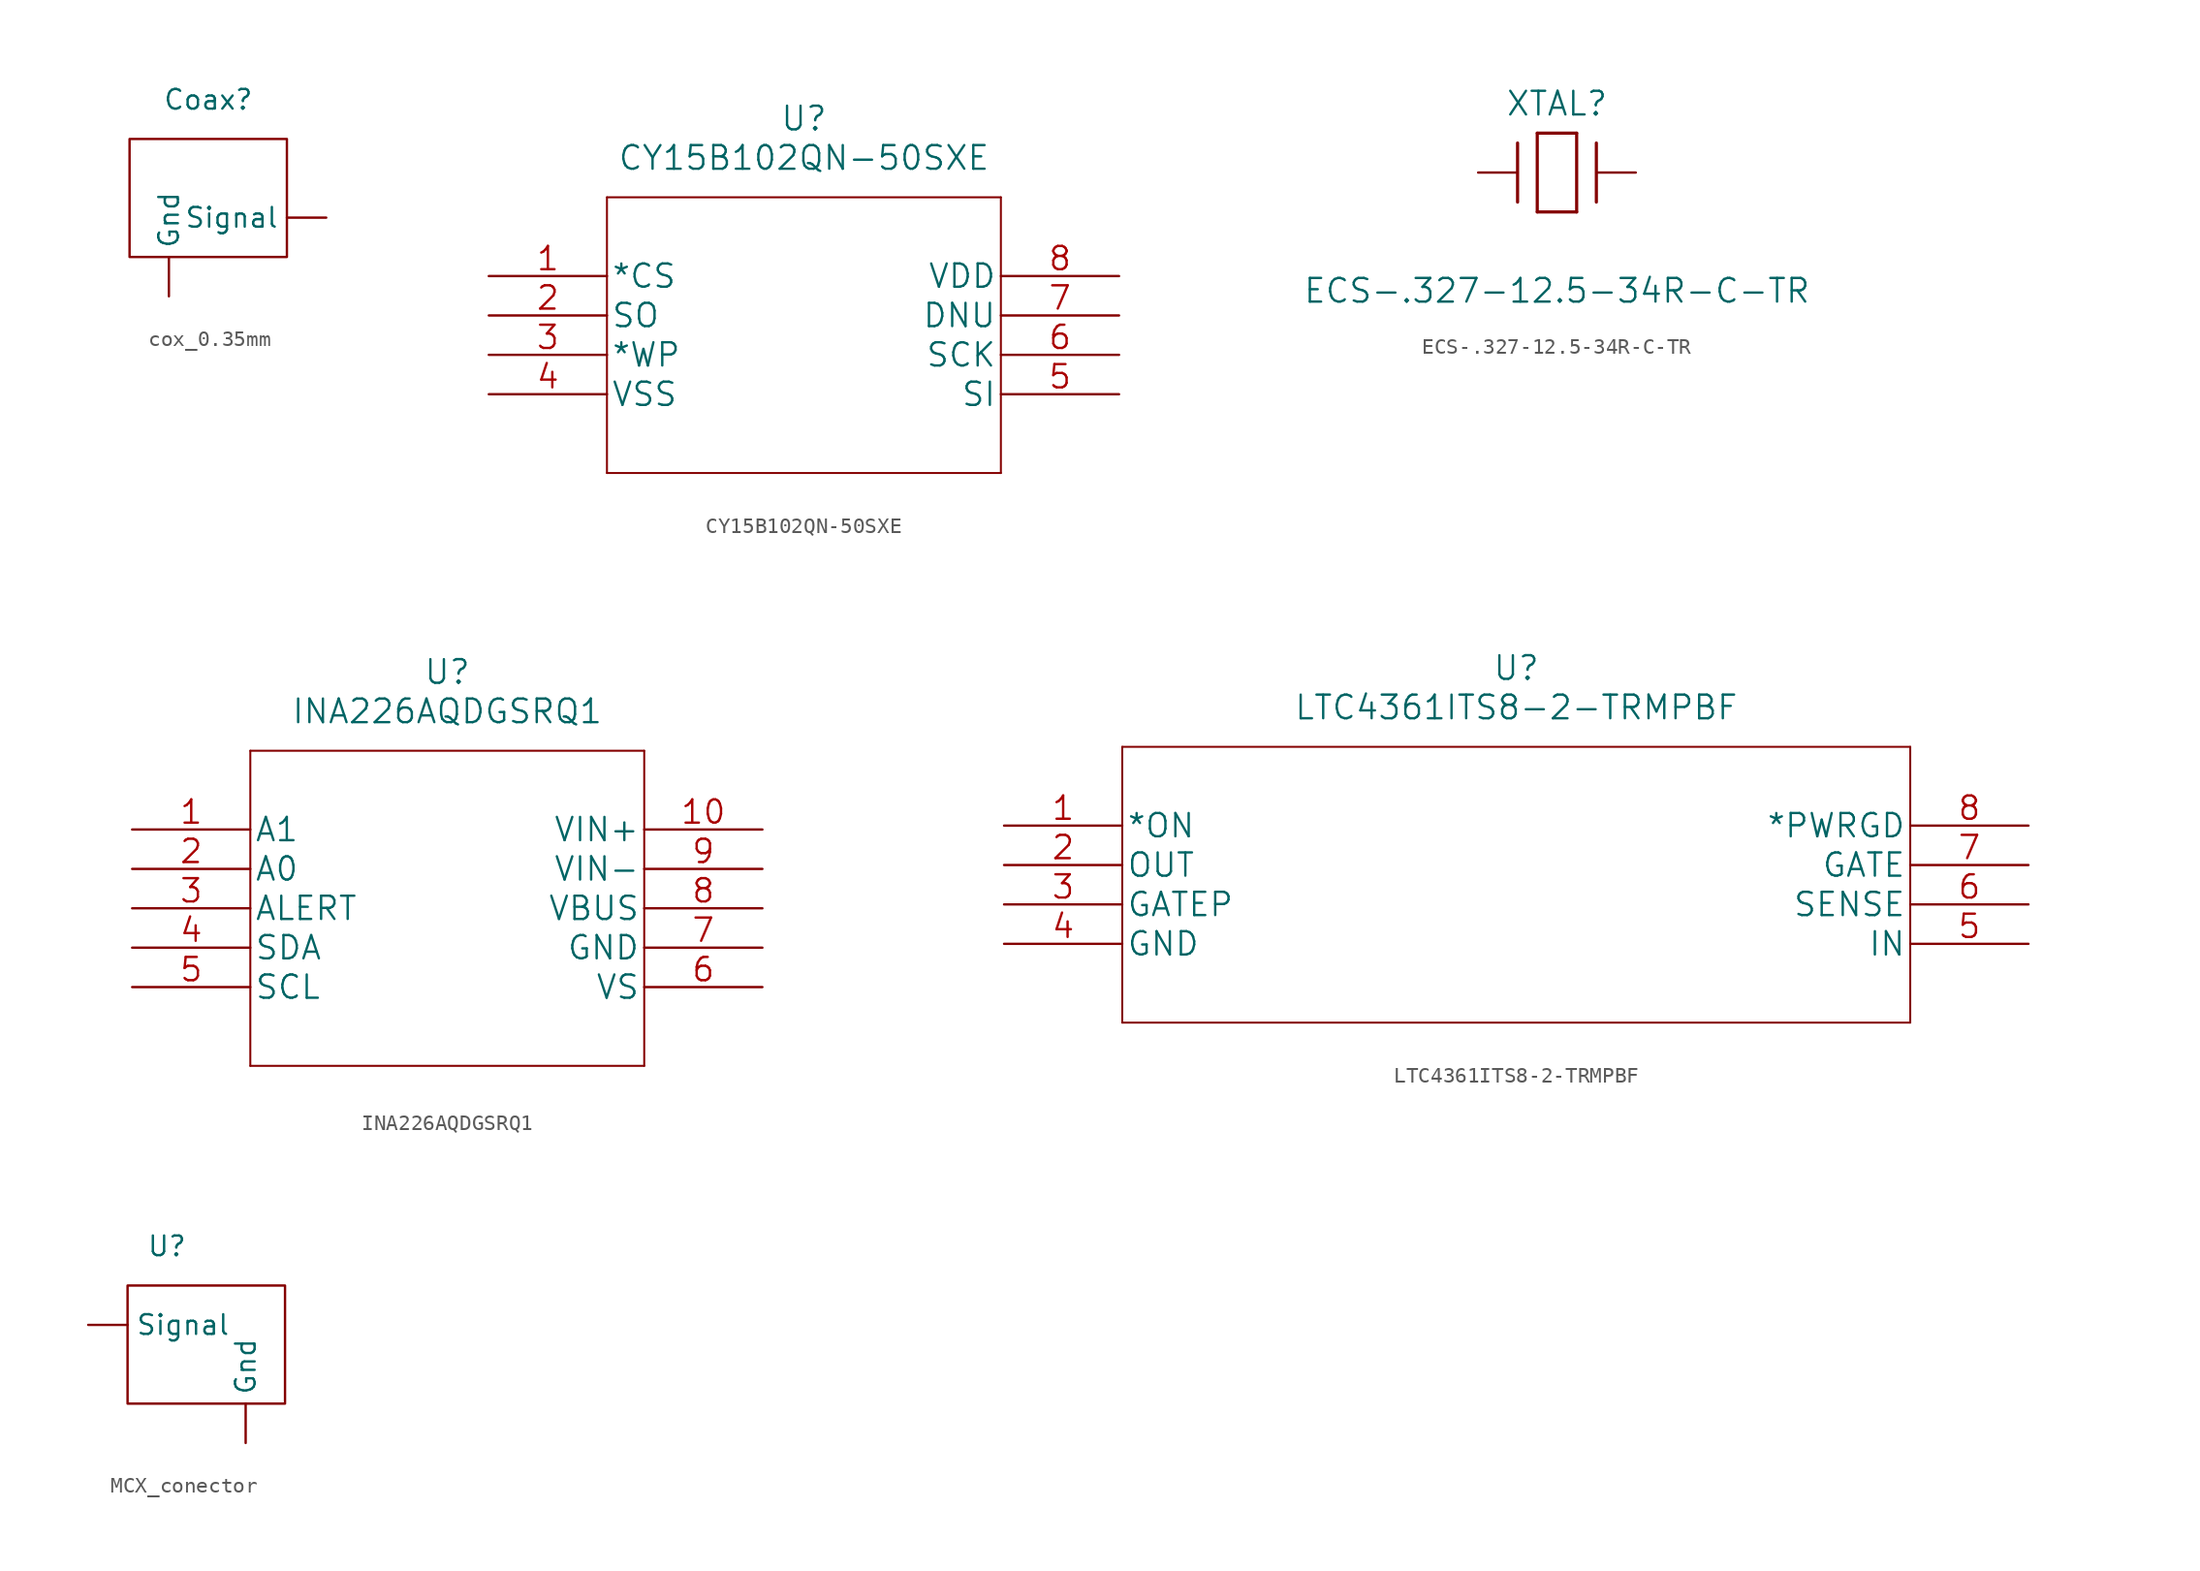
<source format=kicad_sym>
(kicad_symbol_lib
  (version 20220914)
  (generator kicad_symbol_editor)
  (symbol "cox_0.35mm"
    (property "Reference" "Coax"
      (at 7.62 7.62 0)
      (effects (font (size 1.27 1.27))))
    (property "Value" ""
      (at 0 0 0)
      (effects (font (size 1.27 1.27))))
    (symbol "cox_0.35mm_0_1"
      (rectangle (start 2.54 5.08) (end 12.7 -2.54) (stroke (width 0) (type default)) (fill (type none))))
    (symbol "cox_0.35mm_1_1"
      (pin bidirectional line (at 5.08 -5.08 90) (length 2.54) (name "Gnd" (effects (font (size 1.27 1.27)))) (number "" (effects (font (size 1.27 1.27)))))
      (pin bidirectional line (at 15.24 0 180) (length 2.54) (name "Signal" (effects (font (size 1.27 1.27)))) (number "" (effects (font (size 1.27 1.27)))))))
  (symbol "CY15B102QN-50SXE"
    (pin_names
      (offset 0.254))
    (property "Reference" "U"
      (at 20.32 10.16 0)
      (effects (font (size 1.524 1.524))))
    (property "Value" "CY15B102QN-50SXE"
      (at 20.32 7.62 0)
      (effects (font (size 1.524 1.524))))
    (property "Datasheet" ""
      (at 0 0 0)
      (effects (font (size 1.524 1.524))))
    (property "ki_locked" ""
      (at 0 0 0)
      (effects (font (size 1.27 1.27))))
    (symbol "CY15B102QN-50SXE_1_1"
      (polyline (pts (xy 7.62 -12.7) (xy 33.02 -12.7)) (stroke (width 0.127) (type solid)) (fill (type none)))
      (polyline (pts (xy 7.62 5.08) (xy 7.62 -12.7)) (stroke (width 0.127) (type solid)) (fill (type none)))
      (polyline (pts (xy 33.02 -12.7) (xy 33.02 5.08)) (stroke (width 0.127) (type solid)) (fill (type none)))
      (polyline (pts (xy 33.02 5.08) (xy 7.62 5.08)) (stroke (width 0.127) (type solid)) (fill (type none)))
      (pin unspecified line (at 0 0 0) (length 7.62) (name "*CS" (effects (font (size 1.499 1.499)))) (number "1" (effects (font (size 1.499 1.499)))))
      (pin unspecified line (at 0 -2.54 0) (length 7.62) (name "SO" (effects (font (size 1.499 1.499)))) (number "2" (effects (font (size 1.499 1.499)))))
      (pin unspecified line (at 0 -5.08 0) (length 7.62) (name "*WP" (effects (font (size 1.499 1.499)))) (number "3" (effects (font (size 1.499 1.499)))))
      (pin power_in line (at 0 -7.62 0) (length 7.62) (name "VSS" (effects (font (size 1.499 1.499)))) (number "4" (effects (font (size 1.499 1.499)))))
      (pin unspecified line (at 40.64 -7.62 180) (length 7.62) (name "SI" (effects (font (size 1.499 1.499)))) (number "5" (effects (font (size 1.499 1.499)))))
      (pin unspecified line (at 40.64 -5.08 180) (length 7.62) (name "SCK" (effects (font (size 1.499 1.499)))) (number "6" (effects (font (size 1.499 1.499)))))
      (pin unspecified line (at 40.64 -2.54 180) (length 7.62) (name "DNU" (effects (font (size 1.499 1.499)))) (number "7" (effects (font (size 1.499 1.499)))))
      (pin power_in line (at 40.64 0 180) (length 7.62) (name "VDD" (effects (font (size 1.499 1.499)))) (number "8" (effects (font (size 1.499 1.499)))))))
  (symbol "ECS-.327-12.5-34R-C-TR"
    (pin_numbers hide)
    (pin_names hide)
    (property "Reference" "XTAL"
      (at 5.08 4.445 0)
      (effects (font (size 1.524 1.524))))
    (property "Value" "ECS-.327-12.5-34R-C-TR"
      (at 5.08 -7.62 0)
      (effects (font (size 1.524 1.524))))
    (property "Datasheet" ""
      (at 0 0 0)
      (effects (font (size 1.524 1.524))))
    (property "ki_locked" ""
      (at 0 0 0)
      (effects (font (size 1.27 1.27))))
    (symbol "ECS-.327-12.5-34R-C-TR_1_1"
      (polyline (pts (xy 2.54 -1.905) (xy 2.54 1.905)) (stroke (width 0.203) (type solid)) (fill (type none)))
      (polyline (pts (xy 3.81 -2.54) (xy 3.81 2.54)) (stroke (width 0.203) (type solid)) (fill (type none)))
      (polyline (pts (xy 3.81 2.54) (xy 6.35 2.54)) (stroke (width 0.203) (type solid)) (fill (type none)))
      (polyline (pts (xy 6.35 -2.54) (xy 3.81 -2.54)) (stroke (width 0.203) (type solid)) (fill (type none)))
      (polyline (pts (xy 6.35 2.54) (xy 6.35 -2.54)) (stroke (width 0.203) (type solid)) (fill (type none)))
      (polyline (pts (xy 7.62 -1.905) (xy 7.62 1.905)) (stroke (width 0.203) (type solid)) (fill (type none)))
      (pin unspecified line (at 0 0 0) (length 2.54) (name "1" (effects (font (size 1.499 1.499)))) (number "1" (effects (font (size 1.499 1.499)))))
      (pin unspecified line (at 10.16 0 180) (length 2.54) (name "2" (effects (font (size 1.499 1.499)))) (number "2" (effects (font (size 1.499 1.499)))))))
  (symbol "INA226AQDGSRQ1"
    (pin_names
      (offset 0.254))
    (property "Reference" "U"
      (at 20.32 10.16 0)
      (effects (font (size 1.524 1.524))))
    (property "Value" "INA226AQDGSRQ1"
      (at 20.32 7.62 0)
      (effects (font (size 1.524 1.524))))
    (property "Datasheet" ""
      (at 0 0 0)
      (effects (font (size 1.524 1.524))))
    (property "ki_locked" ""
      (at 0 0 0)
      (effects (font (size 1.27 1.27))))
    (symbol "INA226AQDGSRQ1_1_1"
      (polyline (pts (xy 7.62 -15.24) (xy 33.02 -15.24)) (stroke (width 0.127) (type solid)) (fill (type none)))
      (polyline (pts (xy 7.62 5.08) (xy 7.62 -15.24)) (stroke (width 0.127) (type solid)) (fill (type none)))
      (polyline (pts (xy 33.02 -15.24) (xy 33.02 5.08)) (stroke (width 0.127) (type solid)) (fill (type none)))
      (polyline (pts (xy 33.02 5.08) (xy 7.62 5.08)) (stroke (width 0.127) (type solid)) (fill (type none)))
      (pin unspecified line (at 0 0 0) (length 7.62) (name "A1" (effects (font (size 1.499 1.499)))) (number "1" (effects (font (size 1.499 1.499)))))
      (pin input line (at 40.64 0 180) (length 7.62) (name "VIN+" (effects (font (size 1.499 1.499)))) (number "10" (effects (font (size 1.499 1.499)))))
      (pin unspecified line (at 0 -2.54 0) (length 7.62) (name "A0" (effects (font (size 1.499 1.499)))) (number "2" (effects (font (size 1.499 1.499)))))
      (pin output line (at 0 -5.08 0) (length 7.62) (name "ALERT" (effects (font (size 1.499 1.499)))) (number "3" (effects (font (size 1.499 1.499)))))
      (pin bidirectional line (at 0 -7.62 0) (length 7.62) (name "SDA" (effects (font (size 1.499 1.499)))) (number "4" (effects (font (size 1.499 1.499)))))
      (pin input line (at 0 -10.16 0) (length 7.62) (name "SCL" (effects (font (size 1.499 1.499)))) (number "5" (effects (font (size 1.499 1.499)))))
      (pin power_in line (at 40.64 -10.16 180) (length 7.62) (name "VS" (effects (font (size 1.499 1.499)))) (number "6" (effects (font (size 1.499 1.499)))))
      (pin power_in line (at 40.64 -7.62 180) (length 7.62) (name "GND" (effects (font (size 1.499 1.499)))) (number "7" (effects (font (size 1.499 1.499)))))
      (pin input line (at 40.64 -5.08 180) (length 7.62) (name "VBUS" (effects (font (size 1.499 1.499)))) (number "8" (effects (font (size 1.499 1.499)))))
      (pin input line (at 40.64 -2.54 180) (length 7.62) (name "VIN-" (effects (font (size 1.499 1.499)))) (number "9" (effects (font (size 1.499 1.499)))))))
  (symbol "LTC4361ITS8-2-TRMPBF"
    (pin_names
      (offset 0.254))
    (property "Reference" "U"
      (at 33.02 10.16 0)
      (effects (font (size 1.524 1.524))))
    (property "Value" "LTC4361ITS8-2-TRMPBF"
      (at 33.02 7.62 0)
      (effects (font (size 1.524 1.524))))
    (property "Datasheet" ""
      (at 0 0 0)
      (effects (font (size 1.524 1.524))))
    (property "ki_locked" ""
      (at 0 0 0)
      (effects (font (size 1.27 1.27))))
    (symbol "LTC4361ITS8-2-TRMPBF_1_1"
      (polyline (pts (xy 7.62 -12.7) (xy 58.42 -12.7)) (stroke (width 0.127) (type solid)) (fill (type none)))
      (polyline (pts (xy 7.62 5.08) (xy 7.62 -12.7)) (stroke (width 0.127) (type solid)) (fill (type none)))
      (polyline (pts (xy 58.42 -12.7) (xy 58.42 5.08)) (stroke (width 0.127) (type solid)) (fill (type none)))
      (polyline (pts (xy 58.42 5.08) (xy 7.62 5.08)) (stroke (width 0.127) (type solid)) (fill (type none)))
      (pin input line (at 0 0 0) (length 7.62) (name "*ON" (effects (font (size 1.499 1.499)))) (number "1" (effects (font (size 1.499 1.499)))))
      (pin output line (at 0 -2.54 0) (length 7.62) (name "OUT" (effects (font (size 1.499 1.499)))) (number "2" (effects (font (size 1.499 1.499)))))
      (pin unspecified line (at 0 -5.08 0) (length 7.62) (name "GATEP" (effects (font (size 1.499 1.499)))) (number "3" (effects (font (size 1.499 1.499)))))
      (pin power_in line (at 0 -7.62 0) (length 7.62) (name "GND" (effects (font (size 1.499 1.499)))) (number "4" (effects (font (size 1.499 1.499)))))
      (pin input line (at 66.04 -7.62 180) (length 7.62) (name "IN" (effects (font (size 1.499 1.499)))) (number "5" (effects (font (size 1.499 1.499)))))
      (pin input line (at 66.04 -5.08 180) (length 7.62) (name "SENSE" (effects (font (size 1.499 1.499)))) (number "6" (effects (font (size 1.499 1.499)))))
      (pin unspecified line (at 66.04 -2.54 180) (length 7.62) (name "GATE" (effects (font (size 1.499 1.499)))) (number "7" (effects (font (size 1.499 1.499)))))
      (pin output line (at 66.04 0 180) (length 7.62) (name "*PWRGD" (effects (font (size 1.499 1.499)))) (number "8" (effects (font (size 1.499 1.499)))))))
  (symbol "MCX_conector"
    (property "Reference" "U"
      (at 0 0 0)
      (effects (font (size 1.27 1.27))))
    (property "Value" ""
      (at 0 0 0)
      (effects (font (size 1.27 1.27))))
    (symbol "MCX_conector_0_1"
      (rectangle (start -2.54 -2.54) (end 7.62 -10.16) (stroke (width 0) (type default)) (fill (type none))))
    (symbol "MCX_conector_1_1"
      (pin bidirectional line (at 5.08 -12.7 90) (length 2.54) (name "Gnd" (effects (font (size 1.27 1.27)))) (number "" (effects (font (size 1.27 1.27)))))
      (pin bidirectional line (at -5.08 -5.08 0) (length 2.54) (name "Signal" (effects (font (size 1.27 1.27)))) (number "" (effects (font (size 1.27 1.27))))))))
</source>
